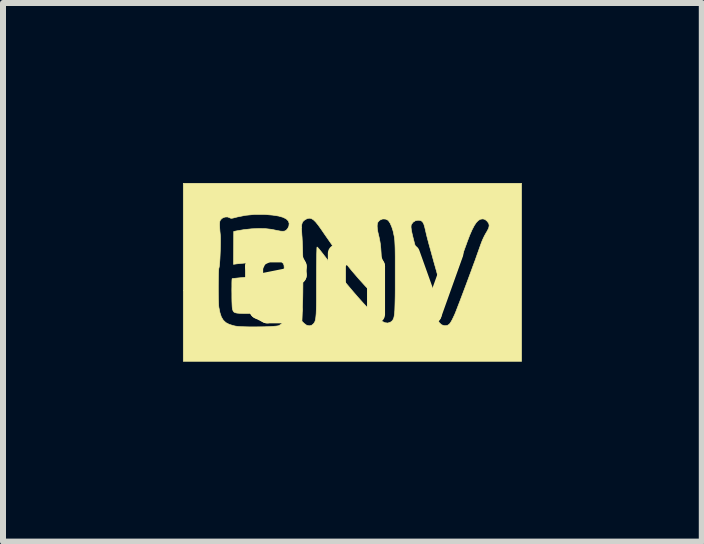
<source format=kicad_pcb>
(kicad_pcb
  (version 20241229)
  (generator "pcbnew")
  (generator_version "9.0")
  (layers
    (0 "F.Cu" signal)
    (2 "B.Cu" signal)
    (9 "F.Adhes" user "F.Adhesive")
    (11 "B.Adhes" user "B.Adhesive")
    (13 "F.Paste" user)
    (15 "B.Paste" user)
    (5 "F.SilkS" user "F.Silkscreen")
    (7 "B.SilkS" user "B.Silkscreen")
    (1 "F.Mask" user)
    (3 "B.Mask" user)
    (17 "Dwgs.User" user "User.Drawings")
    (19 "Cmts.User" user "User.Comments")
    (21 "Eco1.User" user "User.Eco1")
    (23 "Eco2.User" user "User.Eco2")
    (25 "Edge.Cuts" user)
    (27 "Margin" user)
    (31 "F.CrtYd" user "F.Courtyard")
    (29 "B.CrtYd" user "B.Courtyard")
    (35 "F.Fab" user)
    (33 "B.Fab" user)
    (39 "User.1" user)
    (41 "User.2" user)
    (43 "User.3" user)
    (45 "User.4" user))
  (footprint "env"
    (layer "F.Cu")
    (at 2.819 1.5)
    (property "Reference" "env" (at 0 0 0) (layer "F.SilkS") (effects (font (size 1.524 1.524) (thickness 0.3))))
    (attr through_hole)
    (fp_poly (pts (xy 2.825 1.473) (xy -2.814 1.473) (xy -2.814 0.217) (xy -2.23 0.217) (xy -2.23 0.292) (xy -2.229 0.365) (xy -2.228 0.433) (xy -2.226 0.493) (xy -2.224 0.54) (xy -2.221 0.572) (xy -2.22 0.576) (xy -2.202 0.665) (xy -2.179 0.734) (xy -2.146 0.788) (xy -2.103 0.828) (xy -2.047 0.857) (xy -1.974 0.879) (xy -1.941 0.886) (xy -1.902 0.891) (xy -1.847 0.895) (xy -1.781 0.897) (xy -1.705 0.899) (xy -1.625 0.899) (xy -1.543 0.898) (xy -1.462 0.897) (xy -1.388 0.894) (xy -1.322 0.89) (xy -1.269 0.886) (xy -1.232 0.881) (xy -1.219 0.877) (xy -1.176 0.849) (xy -1.15 0.811) (xy -1.141 0.768) (xy -1.152 0.725) (xy -1.176 0.691) (xy -1.209 0.658) (xy -1.371 0.665) (xy -1.441 0.668) (xy -1.524 0.671) (xy -1.612 0.673) (xy -1.696 0.674) (xy -1.731 0.675) (xy -1.812 0.675) (xy -1.874 0.673) (xy -1.919 0.669) (xy -1.95 0.662) (xy -1.971 0.65) (xy -1.984 0.632) (xy -1.992 0.608) (xy -1.997 0.585) (xy -1.999 0.562) (xy -2.001 0.522) (xy -2.003 0.471) (xy -2.004 0.412) (xy -2.004 0.348) (xy -2.005 0.284) (xy -2.004 0.223) (xy -2.004 0.17) (xy -2.003 0.129) (xy -2.001 0.102) (xy -1.999 0.094) (xy -1.988 0.092) (xy -1.957 0.089) (xy -1.909 0.084) (xy -1.846 0.078) (xy -1.772 0.071) (xy -1.688 0.064) (xy -1.601 0.056) (xy -1.51 0.048) (xy -1.424 0.04) (xy -1.348 0.032) (xy -1.283 0.024) (xy -1.232 0.018) (xy -1.198 0.013) (xy -1.184 0.009) (xy -1.154 -0.013) (xy -1.138 -0.043) (xy -1.132 -0.087) (xy -1.132 -0.092) (xy -1.135 -0.128) (xy -1.145 -0.154) (xy -1.164 -0.177) (xy -1.188 -0.197) (xy -1.213 -0.206) (xy -1.248 -0.209) (xy -1.254 -0.209) (xy -1.277 -0.208) (xy -1.319 -0.205) (xy -1.375 -0.201) (xy -1.443 -0.195) (xy -1.518 -0.189) (xy -1.597 -0.182) (xy -1.676 -0.175) (xy -1.751 -0.169) (xy -1.82 -0.162) (xy -1.878 -0.156) (xy -1.922 -0.152) (xy -1.942 -0.149) (xy -1.977 -0.144) (xy -1.973 -0.692) (xy -1.918 -0.703) (xy -1.797 -0.723) (xy -1.675 -0.736) (xy -1.556 -0.741) (xy -1.445 -0.739) (xy -1.348 -0.728) (xy -1.308 -0.72) (xy -1.24 -0.706) (xy -1.19 -0.697) (xy -1.153 -0.695) (xy -1.126 -0.698) (xy -1.105 -0.708) (xy -1.097 -0.714) (xy -1.073 -0.741) (xy -1.063 -0.761) (xy -0.842 -0.761) (xy -0.841 -0.706) (xy -0.837 -0.633) (xy -0.834 -0.599) (xy -0.83 -0.524) (xy -0.826 -0.43) (xy -0.823 -0.322) (xy -0.821 -0.202) (xy -0.82 -0.075) (xy -0.819 0.057) (xy -0.82 0.19) (xy -0.821 0.319) (xy -0.823 0.442) (xy -0.827 0.555) (xy -0.827 0.575) (xy -0.836 0.804) (xy -0.798 0.842) (xy -0.758 0.871) (xy -0.715 0.881) (xy -0.675 0.872) (xy -0.65 0.853) (xy -0.638 0.84) (xy -0.628 0.825) (xy -0.619 0.808) (xy -0.613 0.787) (xy -0.607 0.759) (xy -0.603 0.723) (xy -0.599 0.677) (xy -0.597 0.62) (xy -0.595 0.548) (xy -0.594 0.462) (xy -0.594 0.358) (xy -0.594 0.235) (xy -0.594 0.147) (xy -0.593 0.037) (xy -0.593 -0.067) (xy -0.592 -0.161) (xy -0.591 -0.245) (xy -0.59 -0.316) (xy -0.588 -0.372) (xy -0.587 -0.411) (xy -0.585 -0.431) (xy -0.584 -0.433) (xy -0.575 -0.426) (xy -0.555 -0.405) (xy -0.527 -0.37) (xy -0.492 -0.326) (xy -0.453 -0.275) (xy -0.45 -0.272) (xy -0.362 -0.155) (xy -0.27 -0.039) (xy -0.177 0.077) (xy -0.084 0.191) (xy 0.008 0.3) (xy 0.097 0.403) (xy 0.182 0.498) (xy 0.262 0.584) (xy 0.334 0.659) (xy 0.397 0.722) (xy 0.451 0.77) (xy 0.492 0.802) (xy 0.493 0.802) (xy 0.547 0.829) (xy 0.596 0.835) (xy 0.641 0.819) (xy 0.66 0.805) (xy 0.672 0.793) (xy 0.682 0.779) (xy 0.69 0.761) (xy 0.698 0.738) (xy 0.703 0.708) (xy 0.708 0.669) (xy 0.712 0.62) (xy 0.714 0.558) (xy 0.716 0.483) (xy 0.718 0.391) (xy 0.719 0.282) (xy 0.719 0.154) (xy 0.719 0.06) (xy 0.719 -0.07) (xy 0.719 -0.18) (xy 0.719 -0.272) (xy 0.718 -0.349) (xy 0.717 -0.413) (xy 0.715 -0.465) (xy 0.713 -0.507) (xy 0.711 -0.543) (xy 0.707 -0.574) (xy 0.704 -0.601) (xy 0.7 -0.62) (xy 0.683 -0.7) (xy 0.662 -0.765) (xy 0.982 -0.765) (xy 0.987 -0.723) (xy 0.998 -0.665) (xy 1.016 -0.59) (xy 1.04 -0.496) (xy 1.066 -0.403) (xy 1.086 -0.332) (xy 1.109 -0.248) (xy 1.135 -0.156) (xy 1.161 -0.063) (xy 1.185 0.024) (xy 1.187 0.033) (xy 1.212 0.122) (xy 1.24 0.218) (xy 1.269 0.316) (xy 1.299 0.413) (xy 1.329 0.506) (xy 1.357 0.592) (xy 1.382 0.667) (xy 1.404 0.728) (xy 1.421 0.771) (xy 1.423 0.776) (xy 1.455 0.83) (xy 1.492 0.864) (xy 1.538 0.879) (xy 1.552 0.879) (xy 1.589 0.874) (xy 1.617 0.856) (xy 1.626 0.847) (xy 1.643 0.824) (xy 1.665 0.786) (xy 1.688 0.739) (xy 1.703 0.707) (xy 1.718 0.673) (xy 1.739 0.62) (xy 1.765 0.552) (xy 1.796 0.472) (xy 1.83 0.382) (xy 1.867 0.284) (xy 1.905 0.183) (xy 1.943 0.08) (xy 1.981 -0.022) (xy 2.017 -0.121) (xy 2.051 -0.212) (xy 2.08 -0.295) (xy 2.105 -0.365) (xy 2.117 -0.399) (xy 2.143 -0.472) (xy 2.165 -0.53) (xy 2.186 -0.578) (xy 2.208 -0.623) (xy 2.235 -0.671) (xy 2.249 -0.694) (xy 2.276 -0.746) (xy 2.285 -0.788) (xy 2.279 -0.823) (xy 2.255 -0.858) (xy 2.249 -0.864) (xy 2.218 -0.89) (xy 2.188 -0.9) (xy 2.172 -0.901) (xy 2.137 -0.895) (xy 2.104 -0.875) (xy 2.07 -0.84) (xy 2.036 -0.789) (xy 2 -0.72) (xy 1.962 -0.633) (xy 1.921 -0.526) (xy 1.904 -0.478) (xy 1.884 -0.424) (xy 1.86 -0.357) (xy 1.833 -0.281) (xy 1.803 -0.198) (xy 1.771 -0.111) (xy 1.738 -0.022) (xy 1.706 0.066) (xy 1.674 0.151) (xy 1.645 0.23) (xy 1.618 0.301) (xy 1.595 0.361) (xy 1.578 0.407) (xy 1.566 0.438) (xy 1.561 0.45) (xy 1.554 0.448) (xy 1.543 0.426) (xy 1.528 0.384) (xy 1.507 0.321) (xy 1.482 0.238) (xy 1.452 0.134) (xy 1.418 0.011) (xy 1.395 -0.072) (xy 1.368 -0.166) (xy 1.341 -0.264) (xy 1.316 -0.355) (xy 1.303 -0.401) (xy 1.283 -0.473) (xy 1.264 -0.544) (xy 1.247 -0.609) (xy 1.234 -0.663) (xy 1.226 -0.698) (xy 1.21 -0.766) (xy 1.195 -0.815) (xy 1.177 -0.848) (xy 1.155 -0.868) (xy 1.127 -0.877) (xy 1.097 -0.879) (xy 1.055 -0.87) (xy 1.017 -0.846) (xy 0.991 -0.811) (xy 0.984 -0.793) (xy 0.982 -0.765) (xy 0.662 -0.765) (xy 0.66 -0.77) (xy 0.635 -0.828) (xy 0.608 -0.868) (xy 0.596 -0.88) (xy 0.555 -0.899) (xy 0.509 -0.9) (xy 0.467 -0.883) (xy 0.45 -0.869) (xy 0.43 -0.846) (xy 0.421 -0.822) (xy 0.418 -0.787) (xy 0.418 -0.778) (xy 0.421 -0.736) (xy 0.429 -0.685) (xy 0.439 -0.642) (xy 0.451 -0.592) (xy 0.463 -0.532) (xy 0.472 -0.475) (xy 0.472 -0.471) (xy 0.478 -0.416) (xy 0.483 -0.343) (xy 0.488 -0.256) (xy 0.493 -0.159) (xy 0.497 -0.056) (xy 0.501 0.049) (xy 0.503 0.152) (xy 0.505 0.249) (xy 0.505 0.308) (xy 0.505 0.511) (xy 0.343 0.346) (xy 0.222 0.22) (xy 0.108 0.094) (xy -0.003 -0.035) (xy -0.113 -0.171) (xy -0.223 -0.315) (xy -0.337 -0.471) (xy -0.457 -0.643) (xy -0.515 -0.728) (xy -0.566 -0.799) (xy -0.609 -0.852) (xy -0.647 -0.888) (xy -0.682 -0.908) (xy -0.716 -0.913) (xy -0.75 -0.905) (xy -0.777 -0.891) (xy -0.802 -0.874) (xy -0.82 -0.856) (xy -0.832 -0.833) (xy -0.84 -0.803) (xy -0.842 -0.761) (xy -1.063 -0.761) (xy -1.056 -0.775) (xy -1.054 -0.779) (xy -1.049 -0.826) (xy -1.063 -0.867) (xy -1.098 -0.901) (xy -1.152 -0.928) (xy -1.227 -0.949) (xy -1.323 -0.964) (xy -1.439 -0.974) (xy -1.473 -0.975) (xy -1.631 -0.975) (xy -1.776 -0.961) (xy -1.915 -0.933) (xy -1.949 -0.924) (xy -1.989 -0.914) (xy -2.014 -0.911) (xy -2.031 -0.915) (xy -2.04 -0.92) (xy -2.076 -0.934) (xy -2.119 -0.932) (xy -2.159 -0.916) (xy -2.177 -0.902) (xy -2.195 -0.882) (xy -2.205 -0.861) (xy -2.208 -0.833) (xy -2.209 -0.8) (xy -2.207 -0.752) (xy -2.203 -0.695) (xy -2.198 -0.648) (xy -2.195 -0.616) (xy -2.194 -0.568) (xy -2.194 -0.509) (xy -2.195 -0.443) (xy -2.197 -0.373) (xy -2.2 -0.303) (xy -2.203 -0.236) (xy -2.207 -0.177) (xy -2.211 -0.129) (xy -2.216 -0.096) (xy -2.22 -0.082) (xy -2.223 -0.068) (xy -2.225 -0.034) (xy -2.227 0.014) (xy -2.228 0.074) (xy -2.229 0.143) (xy -2.23 0.217) (xy -2.814 0.217) (xy -2.814 -1.495) (xy 2.825 -1.495) (xy 2.825 1.473)) (stroke (width 0.01) (type solid)) (fill yes) (layer "F.SilkS")))
  (gr_rect
    (start -3 -3)
    (end 8.648 5.978)
    (stroke (width 0.1) (type default))
    (fill no)
    (layer "Edge.Cuts")))
</source>
